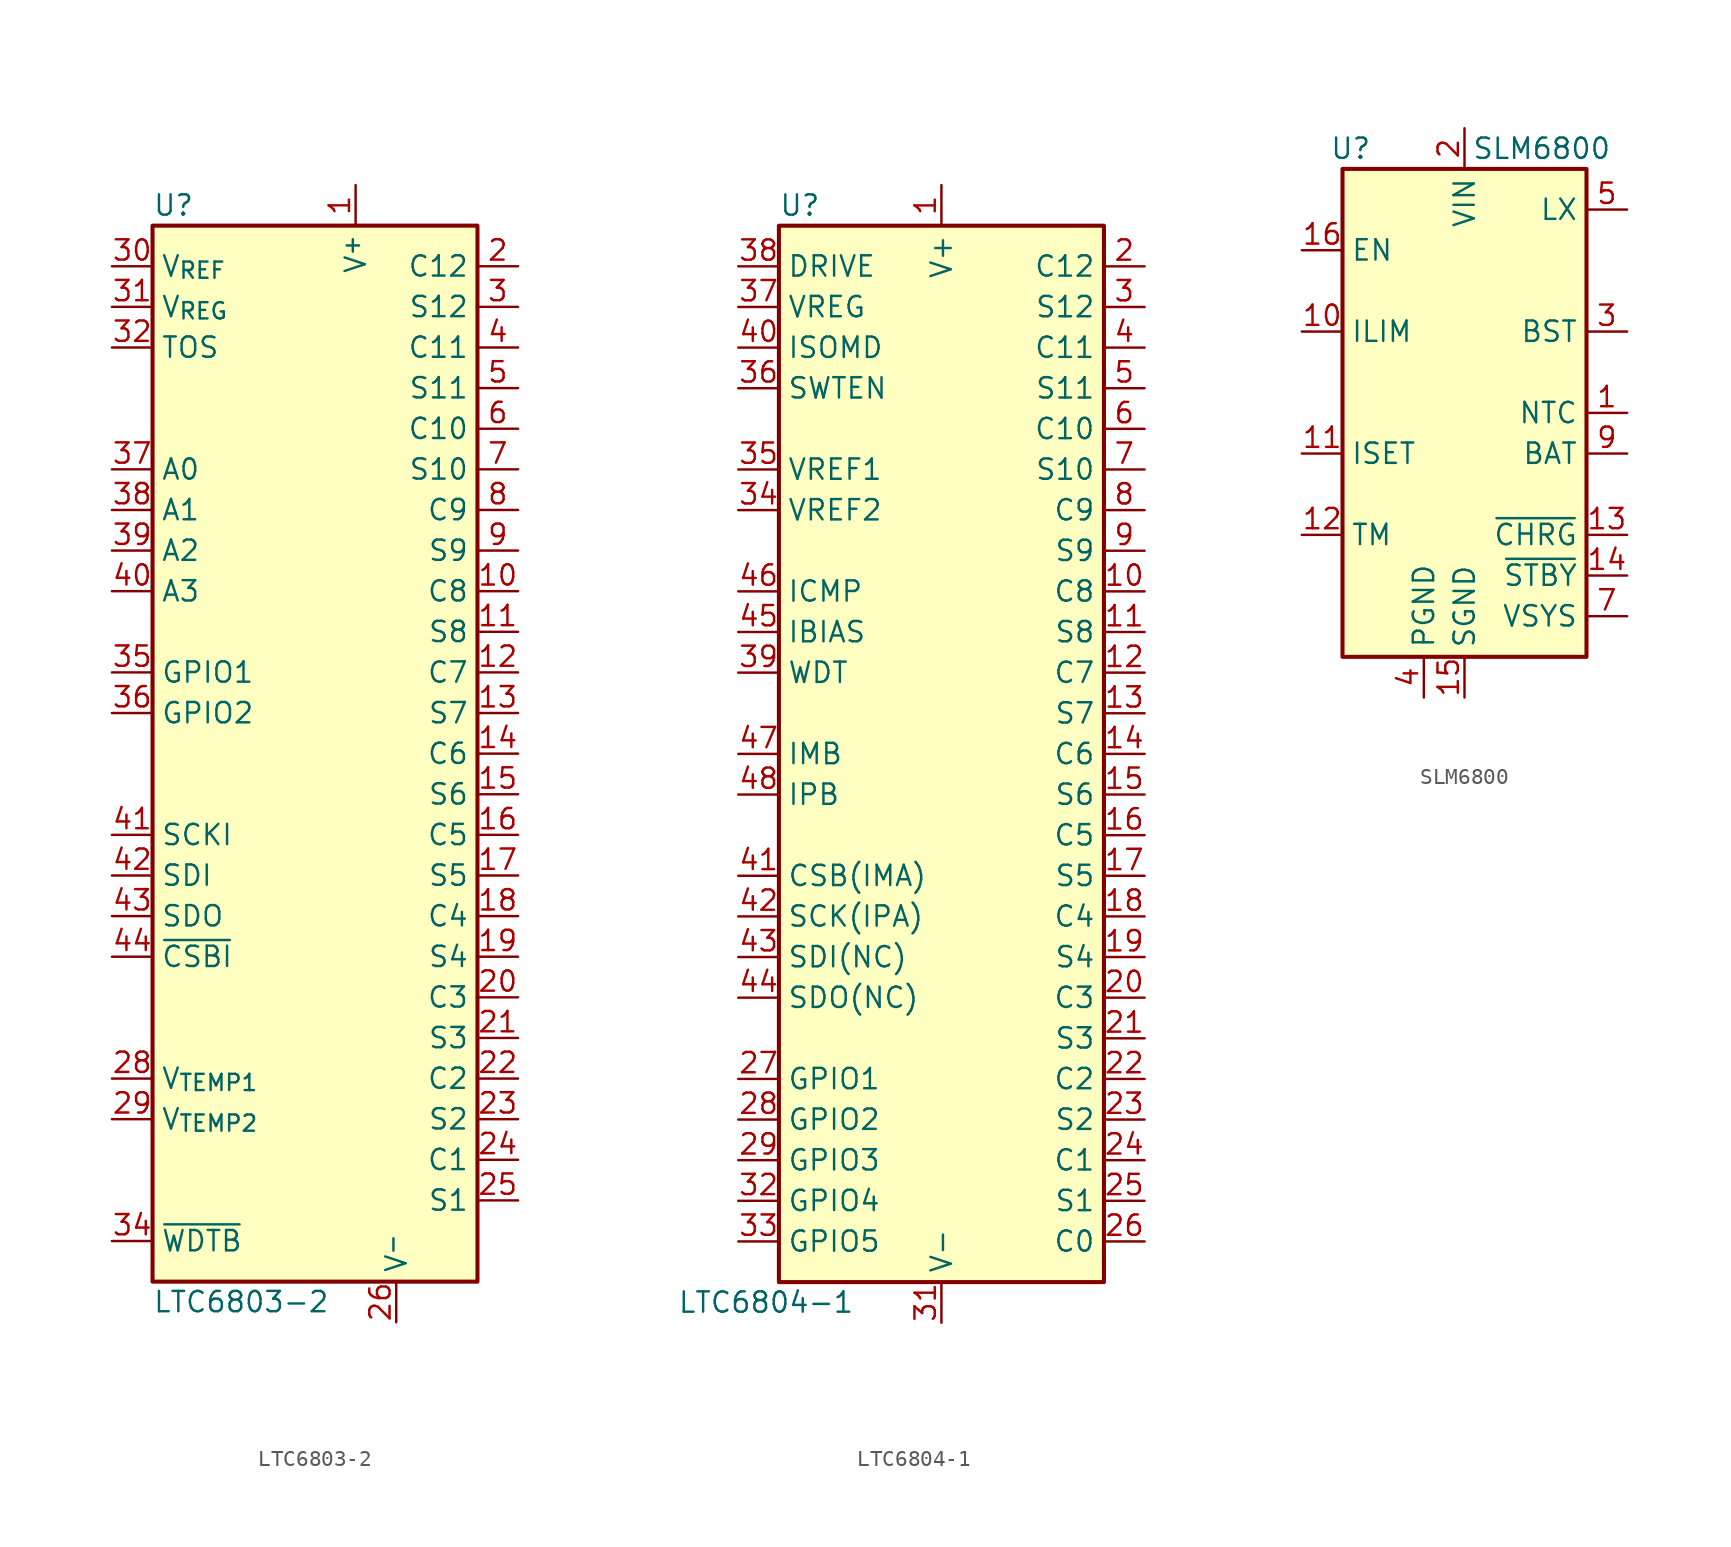
<source format=kicad_sym>
(kicad_symbol_lib
  (version 20241209)
  (generator "kicad_symbol_editor")
  (generator_version "9.0")
  (symbol "LTC6803-2"
    (property "Reference" "U"
      (at -10.16 34.29 0)
      (effects (font (size 1.27 1.27)) (justify left)))
    (property "Value" "LTC6803-2"
      (at -10.16 -34.29 0)
      (effects (font (size 1.27 1.27)) (justify left)))
    (symbol "LTC6803-2_0_1"
      (rectangle (start 10.16 -33.02) (end -10.16 33.02) (stroke (width 0.254) (type default)) (fill (type background))))
    (symbol "LTC6803-2_1_1"
      (pin input line (at -12.7 30.48 0) (length 2.54) (name "V_{REF}" (effects (font (size 1.27 1.27)))) (number "30" (effects (font (size 1.27 1.27)))))
      (pin input line (at -12.7 27.94 0) (length 2.54) (name "V_{REG}" (effects (font (size 1.27 1.27)))) (number "31" (effects (font (size 1.27 1.27)))))
      (pin input line (at -12.7 25.4 0) (length 2.54) (name "TOS" (effects (font (size 1.27 1.27)))) (number "32" (effects (font (size 1.27 1.27)))))
      (pin input line (at -12.7 17.78 0) (length 2.54) (name "A0" (effects (font (size 1.27 1.27)))) (number "37" (effects (font (size 1.27 1.27)))))
      (pin input line (at -12.7 15.24 0) (length 2.54) (name "A1" (effects (font (size 1.27 1.27)))) (number "38" (effects (font (size 1.27 1.27)))))
      (pin input line (at -12.7 12.7 0) (length 2.54) (name "A2" (effects (font (size 1.27 1.27)))) (number "39" (effects (font (size 1.27 1.27)))))
      (pin input line (at -12.7 10.16 0) (length 2.54) (name "A3" (effects (font (size 1.27 1.27)))) (number "40" (effects (font (size 1.27 1.27)))))
      (pin input line (at -12.7 5.08 0) (length 2.54) (name "GPIO1" (effects (font (size 1.27 1.27)))) (number "35" (effects (font (size 1.27 1.27)))))
      (pin input line (at -12.7 2.54 0) (length 2.54) (name "GPIO2" (effects (font (size 1.27 1.27)))) (number "36" (effects (font (size 1.27 1.27)))))
      (pin input line (at -12.7 -5.08 0) (length 2.54) (name "SCKI" (effects (font (size 1.27 1.27)))) (number "41" (effects (font (size 1.27 1.27)))))
      (pin input line (at -12.7 -7.62 0) (length 2.54) (name "SDI" (effects (font (size 1.27 1.27)))) (number "42" (effects (font (size 1.27 1.27)))))
      (pin open_collector line (at -12.7 -10.16 0) (length 2.54) (name "SDO" (effects (font (size 1.27 1.27)))) (number "43" (effects (font (size 1.27 1.27)))))
      (pin input line (at -12.7 -12.7 0) (length 2.54) (name "~{CSBI}" (effects (font (size 1.27 1.27)))) (number "44" (effects (font (size 1.27 1.27)))))
      (pin input line (at -12.7 -20.32 0) (length 2.54) (name "V_{TEMP1}" (effects (font (size 1.27 1.27)))) (number "28" (effects (font (size 1.27 1.27)))))
      (pin input line (at -12.7 -22.86 0) (length 2.54) (name "V_{TEMP2}" (effects (font (size 1.27 1.27)))) (number "29" (effects (font (size 1.27 1.27)))))
      (pin open_collector line (at -12.7 -30.48 0) (length 2.54) (name "~{WDTB}" (effects (font (size 1.27 1.27)))) (number "34" (effects (font (size 1.27 1.27)))))
      (pin no_connect line (at -2.54 33.02 270) (length 2.54) (hide yes) (name "NC" (effects (font (size 1.27 1.27)))) (number "33" (effects (font (size 1.27 1.27)))))
      (pin no_connect line (at 0 33.02 270) (length 2.54) (hide yes) (name "NC" (effects (font (size 1.27 1.27)))) (number "27" (effects (font (size 1.27 1.27)))))
      (pin input line (at 2.54 35.56 270) (length 2.54) (name "V^{+}" (effects (font (size 1.27 1.27)))) (number "1" (effects (font (size 1.27 1.27)))))
      (pin input line (at 5.08 -35.56 90) (length 2.54) (name "V^{-}" (effects (font (size 1.27 1.27)))) (number "26" (effects (font (size 1.27 1.27)))))
      (pin input line (at 12.7 30.48 180) (length 2.54) (name "C12" (effects (font (size 1.27 1.27)))) (number "2" (effects (font (size 1.27 1.27)))))
      (pin input line (at 12.7 27.94 180) (length 2.54) (name "S12" (effects (font (size 1.27 1.27)))) (number "3" (effects (font (size 1.27 1.27)))))
      (pin input line (at 12.7 25.4 180) (length 2.54) (name "C11" (effects (font (size 1.27 1.27)))) (number "4" (effects (font (size 1.27 1.27)))))
      (pin input line (at 12.7 22.86 180) (length 2.54) (name "S11" (effects (font (size 1.27 1.27)))) (number "5" (effects (font (size 1.27 1.27)))))
      (pin input line (at 12.7 20.32 180) (length 2.54) (name "C10" (effects (font (size 1.27 1.27)))) (number "6" (effects (font (size 1.27 1.27)))))
      (pin input line (at 12.7 17.78 180) (length 2.54) (name "S10" (effects (font (size 1.27 1.27)))) (number "7" (effects (font (size 1.27 1.27)))))
      (pin input line (at 12.7 15.24 180) (length 2.54) (name "C9" (effects (font (size 1.27 1.27)))) (number "8" (effects (font (size 1.27 1.27)))))
      (pin input line (at 12.7 12.7 180) (length 2.54) (name "S9" (effects (font (size 1.27 1.27)))) (number "9" (effects (font (size 1.27 1.27)))))
      (pin input line (at 12.7 10.16 180) (length 2.54) (name "C8" (effects (font (size 1.27 1.27)))) (number "10" (effects (font (size 1.27 1.27)))))
      (pin input line (at 12.7 7.62 180) (length 2.54) (name "S8" (effects (font (size 1.27 1.27)))) (number "11" (effects (font (size 1.27 1.27)))))
      (pin input line (at 12.7 5.08 180) (length 2.54) (name "C7" (effects (font (size 1.27 1.27)))) (number "12" (effects (font (size 1.27 1.27)))))
      (pin input line (at 12.7 2.54 180) (length 2.54) (name "S7" (effects (font (size 1.27 1.27)))) (number "13" (effects (font (size 1.27 1.27)))))
      (pin input line (at 12.7 0 180) (length 2.54) (name "C6" (effects (font (size 1.27 1.27)))) (number "14" (effects (font (size 1.27 1.27)))))
      (pin input line (at 12.7 -2.54 180) (length 2.54) (name "S6" (effects (font (size 1.27 1.27)))) (number "15" (effects (font (size 1.27 1.27)))))
      (pin input line (at 12.7 -5.08 180) (length 2.54) (name "C5" (effects (font (size 1.27 1.27)))) (number "16" (effects (font (size 1.27 1.27)))))
      (pin input line (at 12.7 -7.62 180) (length 2.54) (name "S5" (effects (font (size 1.27 1.27)))) (number "17" (effects (font (size 1.27 1.27)))))
      (pin input line (at 12.7 -10.16 180) (length 2.54) (name "C4" (effects (font (size 1.27 1.27)))) (number "18" (effects (font (size 1.27 1.27)))))
      (pin input line (at 12.7 -12.7 180) (length 2.54) (name "S4" (effects (font (size 1.27 1.27)))) (number "19" (effects (font (size 1.27 1.27)))))
      (pin input line (at 12.7 -15.24 180) (length 2.54) (name "C3" (effects (font (size 1.27 1.27)))) (number "20" (effects (font (size 1.27 1.27)))))
      (pin input line (at 12.7 -17.78 180) (length 2.54) (name "S3" (effects (font (size 1.27 1.27)))) (number "21" (effects (font (size 1.27 1.27)))))
      (pin input line (at 12.7 -20.32 180) (length 2.54) (name "C2" (effects (font (size 1.27 1.27)))) (number "22" (effects (font (size 1.27 1.27)))))
      (pin input line (at 12.7 -22.86 180) (length 2.54) (name "S2" (effects (font (size 1.27 1.27)))) (number "23" (effects (font (size 1.27 1.27)))))
      (pin input line (at 12.7 -25.4 180) (length 2.54) (name "C1" (effects (font (size 1.27 1.27)))) (number "24" (effects (font (size 1.27 1.27)))))
      (pin input line (at 12.7 -27.94 180) (length 2.54) (name "S1" (effects (font (size 1.27 1.27)))) (number "25" (effects (font (size 1.27 1.27)))))))
  (symbol "LTC6804-1"
    (property "Reference" "U"
      (at -10.16 34.29 0)
      (effects (font (size 1.27 1.27)) (justify left)))
    (property "Value" "LTC6804-1"
      (at -16.51 -34.29 0)
      (effects (font (size 1.27 1.27)) (justify left)))
    (symbol "LTC6804-1_0_1"
      (rectangle (start 10.16 -33.02) (end -10.16 33.02) (stroke (width 0.254) (type default)) (fill (type background))))
    (symbol "LTC6804-1_1_1"
      (pin output line (at -12.7 30.48 0) (length 2.54) (name "DRIVE" (effects (font (size 1.27 1.27)))) (number "38" (effects (font (size 1.27 1.27)))))
      (pin input line (at -12.7 27.94 0) (length 2.54) (name "VREG" (effects (font (size 1.27 1.27)))) (number "37" (effects (font (size 1.27 1.27)))))
      (pin input line (at -12.7 25.4 0) (length 2.54) (name "ISOMD" (effects (font (size 1.27 1.27)))) (number "40" (effects (font (size 1.27 1.27)))))
      (pin input line (at -12.7 22.86 0) (length 2.54) (name "SWTEN" (effects (font (size 1.27 1.27)))) (number "36" (effects (font (size 1.27 1.27)))))
      (pin output line (at -12.7 17.78 0) (length 2.54) (name "VREF1" (effects (font (size 1.27 1.27)))) (number "35" (effects (font (size 1.27 1.27)))))
      (pin output line (at -12.7 15.24 0) (length 2.54) (name "VREF2" (effects (font (size 1.27 1.27)))) (number "34" (effects (font (size 1.27 1.27)))))
      (pin passive line (at -12.7 10.16 0) (length 2.54) (name "ICMP" (effects (font (size 1.27 1.27)))) (number "46" (effects (font (size 1.27 1.27)))))
      (pin passive line (at -12.7 7.62 0) (length 2.54) (name "IBIAS" (effects (font (size 1.27 1.27)))) (number "45" (effects (font (size 1.27 1.27)))))
      (pin output line (at -12.7 5.08 0) (length 2.54) (name "WDT" (effects (font (size 1.27 1.27)))) (number "39" (effects (font (size 1.27 1.27)))))
      (pin bidirectional line (at -12.7 0 0) (length 2.54) (name "IMB" (effects (font (size 1.27 1.27)))) (number "47" (effects (font (size 1.27 1.27)))))
      (pin bidirectional line (at -12.7 -2.54 0) (length 2.54) (name "IPB" (effects (font (size 1.27 1.27)))) (number "48" (effects (font (size 1.27 1.27)))))
      (pin bidirectional line (at -12.7 -7.62 0) (length 2.54) (name "CSB(IMA)" (effects (font (size 1.27 1.27)))) (number "41" (effects (font (size 1.27 1.27)))))
      (pin bidirectional line (at -12.7 -10.16 0) (length 2.54) (name "SCK(IPA)" (effects (font (size 1.27 1.27)))) (number "42" (effects (font (size 1.27 1.27)))))
      (pin input line (at -12.7 -12.7 0) (length 2.54) (name "SDI(NC)" (effects (font (size 1.27 1.27)))) (number "43" (effects (font (size 1.27 1.27)))))
      (pin open_collector line (at -12.7 -15.24 0) (length 2.54) (name "SDO(NC)" (effects (font (size 1.27 1.27)))) (number "44" (effects (font (size 1.27 1.27)))))
      (pin bidirectional line (at -12.7 -20.32 0) (length 2.54) (name "GPIO1" (effects (font (size 1.27 1.27)))) (number "27" (effects (font (size 1.27 1.27)))))
      (pin bidirectional line (at -12.7 -22.86 0) (length 2.54) (name "GPIO2" (effects (font (size 1.27 1.27)))) (number "28" (effects (font (size 1.27 1.27)))))
      (pin bidirectional line (at -12.7 -25.4 0) (length 2.54) (name "GPIO3" (effects (font (size 1.27 1.27)))) (number "29" (effects (font (size 1.27 1.27)))))
      (pin bidirectional line (at -12.7 -27.94 0) (length 2.54) (name "GPIO4" (effects (font (size 1.27 1.27)))) (number "32" (effects (font (size 1.27 1.27)))))
      (pin bidirectional line (at -12.7 -30.48 0) (length 2.54) (name "GPIO5" (effects (font (size 1.27 1.27)))) (number "33" (effects (font (size 1.27 1.27)))))
      (pin power_in line (at 0 35.56 270) (length 2.54) (name "V+" (effects (font (size 1.27 1.27)))) (number "1" (effects (font (size 1.27 1.27)))))
      (pin passive line (at 0 -35.56 90) (length 2.54) (hide yes) (name "V-" (effects (font (size 1.27 1.27)))) (number "30" (effects (font (size 1.27 1.27)))))
      (pin passive line (at 0 -35.56 90) (length 2.54) (name "V-" (effects (font (size 1.27 1.27)))) (number "31" (effects (font (size 1.27 1.27)))))
      (pin input line (at 12.7 30.48 180) (length 2.54) (name "C12" (effects (font (size 1.27 1.27)))) (number "2" (effects (font (size 1.27 1.27)))))
      (pin bidirectional line (at 12.7 27.94 180) (length 2.54) (name "S12" (effects (font (size 1.27 1.27)))) (number "3" (effects (font (size 1.27 1.27)))))
      (pin input line (at 12.7 25.4 180) (length 2.54) (name "C11" (effects (font (size 1.27 1.27)))) (number "4" (effects (font (size 1.27 1.27)))))
      (pin bidirectional line (at 12.7 22.86 180) (length 2.54) (name "S11" (effects (font (size 1.27 1.27)))) (number "5" (effects (font (size 1.27 1.27)))))
      (pin input line (at 12.7 20.32 180) (length 2.54) (name "C10" (effects (font (size 1.27 1.27)))) (number "6" (effects (font (size 1.27 1.27)))))
      (pin bidirectional line (at 12.7 17.78 180) (length 2.54) (name "S10" (effects (font (size 1.27 1.27)))) (number "7" (effects (font (size 1.27 1.27)))))
      (pin input line (at 12.7 15.24 180) (length 2.54) (name "C9" (effects (font (size 1.27 1.27)))) (number "8" (effects (font (size 1.27 1.27)))))
      (pin bidirectional line (at 12.7 12.7 180) (length 2.54) (name "S9" (effects (font (size 1.27 1.27)))) (number "9" (effects (font (size 1.27 1.27)))))
      (pin input line (at 12.7 10.16 180) (length 2.54) (name "C8" (effects (font (size 1.27 1.27)))) (number "10" (effects (font (size 1.27 1.27)))))
      (pin bidirectional line (at 12.7 7.62 180) (length 2.54) (name "S8" (effects (font (size 1.27 1.27)))) (number "11" (effects (font (size 1.27 1.27)))))
      (pin input line (at 12.7 5.08 180) (length 2.54) (name "C7" (effects (font (size 1.27 1.27)))) (number "12" (effects (font (size 1.27 1.27)))))
      (pin bidirectional line (at 12.7 2.54 180) (length 2.54) (name "S7" (effects (font (size 1.27 1.27)))) (number "13" (effects (font (size 1.27 1.27)))))
      (pin input line (at 12.7 0 180) (length 2.54) (name "C6" (effects (font (size 1.27 1.27)))) (number "14" (effects (font (size 1.27 1.27)))))
      (pin bidirectional line (at 12.7 -2.54 180) (length 2.54) (name "S6" (effects (font (size 1.27 1.27)))) (number "15" (effects (font (size 1.27 1.27)))))
      (pin input line (at 12.7 -5.08 180) (length 2.54) (name "C5" (effects (font (size 1.27 1.27)))) (number "16" (effects (font (size 1.27 1.27)))))
      (pin bidirectional line (at 12.7 -7.62 180) (length 2.54) (name "S5" (effects (font (size 1.27 1.27)))) (number "17" (effects (font (size 1.27 1.27)))))
      (pin input line (at 12.7 -10.16 180) (length 2.54) (name "C4" (effects (font (size 1.27 1.27)))) (number "18" (effects (font (size 1.27 1.27)))))
      (pin bidirectional line (at 12.7 -12.7 180) (length 2.54) (name "S4" (effects (font (size 1.27 1.27)))) (number "19" (effects (font (size 1.27 1.27)))))
      (pin input line (at 12.7 -15.24 180) (length 2.54) (name "C3" (effects (font (size 1.27 1.27)))) (number "20" (effects (font (size 1.27 1.27)))))
      (pin bidirectional line (at 12.7 -17.78 180) (length 2.54) (name "S3" (effects (font (size 1.27 1.27)))) (number "21" (effects (font (size 1.27 1.27)))))
      (pin input line (at 12.7 -20.32 180) (length 2.54) (name "C2" (effects (font (size 1.27 1.27)))) (number "22" (effects (font (size 1.27 1.27)))))
      (pin bidirectional line (at 12.7 -22.86 180) (length 2.54) (name "S2" (effects (font (size 1.27 1.27)))) (number "23" (effects (font (size 1.27 1.27)))))
      (pin input line (at 12.7 -25.4 180) (length 2.54) (name "C1" (effects (font (size 1.27 1.27)))) (number "24" (effects (font (size 1.27 1.27)))))
      (pin bidirectional line (at 12.7 -27.94 180) (length 2.54) (name "S1" (effects (font (size 1.27 1.27)))) (number "25" (effects (font (size 1.27 1.27)))))
      (pin input line (at 12.7 -30.48 180) (length 2.54) (name "C0" (effects (font (size 1.27 1.27)))) (number "26" (effects (font (size 1.27 1.27)))))))
  (symbol "SLM6800"
    (property "Reference" "U"
      (at -7.112 16.51 0)
      (effects (font (size 1.27 1.27))))
    (property "Value" "SLM6800"
      (at 4.826 16.51 0)
      (effects (font (size 1.27 1.27))))
    (symbol "SLM6800_0_0"
      (pin open_collector line (at 10.16 -7.62 180) (length 2.54) (name "~{CHRG}" (effects (font (size 1.27 1.27)))) (number "13" (effects (font (size 1.27 1.27)))))
      (pin open_collector line (at 10.16 -10.16 180) (length 2.54) (name "~{STBY}" (effects (font (size 1.27 1.27)))) (number "14" (effects (font (size 1.27 1.27))))))
    (symbol "SLM6800_1_0"
      (pin input line (at -10.16 10.16 0) (length 2.54) (name "EN" (effects (font (size 1.27 1.27)))) (number "16" (effects (font (size 1.27 1.27)))))
      (pin input line (at -10.16 5.08 0) (length 2.54) (name "ILIM" (effects (font (size 1.27 1.27)))) (number "10" (effects (font (size 1.27 1.27)))))
      (pin input line (at -10.16 -2.54 0) (length 2.54) (name "ISET" (effects (font (size 1.27 1.27)))) (number "11" (effects (font (size 1.27 1.27)))))
      (pin input line (at -10.16 -7.62 0) (length 2.54) (name "TM" (effects (font (size 1.27 1.27)))) (number "12" (effects (font (size 1.27 1.27)))))
      (pin passive line (at -2.54 -17.78 90) (length 2.54) (hide yes) (name "PGND" (effects (font (size 1.27 1.27)))) (number "17" (effects (font (size 1.27 1.27)))))
      (pin power_in line (at -2.54 -17.78 90) (length 2.54) (name "PGND" (effects (font (size 1.27 1.27)))) (number "4" (effects (font (size 1.27 1.27)))))
      (pin power_in line (at 0 17.78 270) (length 2.54) (name "VIN" (effects (font (size 1.27 1.27)))) (number "2" (effects (font (size 1.27 1.27)))))
      (pin power_in line (at 0 -17.78 90) (length 2.54) (name "SGND" (effects (font (size 1.27 1.27)))) (number "15" (effects (font (size 1.27 1.27)))))
      (pin output line (at 10.16 12.7 180) (length 2.54) (name "LX" (effects (font (size 1.27 1.27)))) (number "5" (effects (font (size 1.27 1.27)))))
      (pin passive line (at 10.16 12.7 180) (length 2.54) (hide yes) (name "LX" (effects (font (size 1.27 1.27)))) (number "6" (effects (font (size 1.27 1.27)))))
      (pin input line (at 10.16 5.08 180) (length 2.54) (name "BST" (effects (font (size 1.27 1.27)))) (number "3" (effects (font (size 1.27 1.27)))))
      (pin input line (at 10.16 0 180) (length 2.54) (name "NTC" (effects (font (size 1.27 1.27)))) (number "1" (effects (font (size 1.27 1.27)))))
      (pin power_out line (at 10.16 -2.54 180) (length 2.54) (name "BAT" (effects (font (size 1.27 1.27)))) (number "9" (effects (font (size 1.27 1.27)))))
      (pin output line (at 10.16 -12.7 180) (length 2.54) (name "VSYS" (effects (font (size 1.27 1.27)))) (number "7" (effects (font (size 1.27 1.27)))))
      (pin passive line (at 10.16 -12.7 180) (length 2.54) (hide yes) (name "VSYS" (effects (font (size 1.27 1.27)))) (number "8" (effects (font (size 1.27 1.27))))))
    (symbol "SLM6800_1_1"
      (rectangle (start -7.62 15.24) (end 7.62 -15.24) (stroke (width 0.254) (type default)) (fill (type background))))))
</source>
